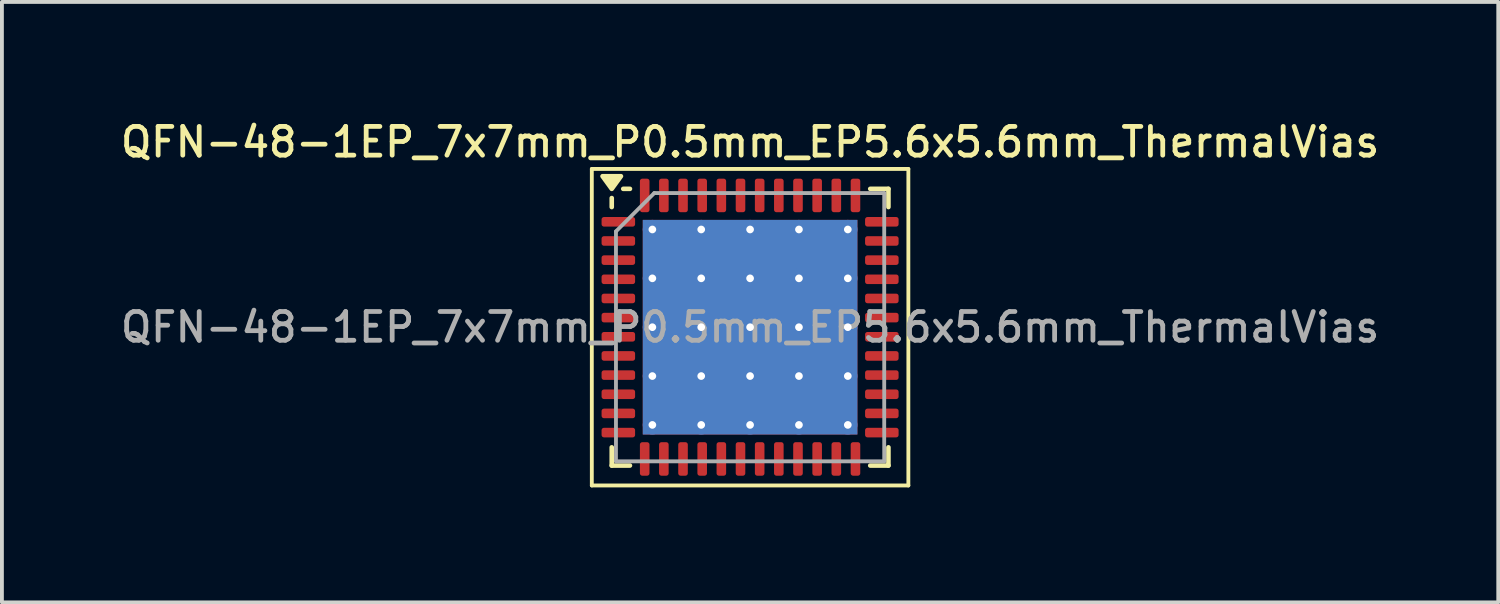
<source format=kicad_pcb>
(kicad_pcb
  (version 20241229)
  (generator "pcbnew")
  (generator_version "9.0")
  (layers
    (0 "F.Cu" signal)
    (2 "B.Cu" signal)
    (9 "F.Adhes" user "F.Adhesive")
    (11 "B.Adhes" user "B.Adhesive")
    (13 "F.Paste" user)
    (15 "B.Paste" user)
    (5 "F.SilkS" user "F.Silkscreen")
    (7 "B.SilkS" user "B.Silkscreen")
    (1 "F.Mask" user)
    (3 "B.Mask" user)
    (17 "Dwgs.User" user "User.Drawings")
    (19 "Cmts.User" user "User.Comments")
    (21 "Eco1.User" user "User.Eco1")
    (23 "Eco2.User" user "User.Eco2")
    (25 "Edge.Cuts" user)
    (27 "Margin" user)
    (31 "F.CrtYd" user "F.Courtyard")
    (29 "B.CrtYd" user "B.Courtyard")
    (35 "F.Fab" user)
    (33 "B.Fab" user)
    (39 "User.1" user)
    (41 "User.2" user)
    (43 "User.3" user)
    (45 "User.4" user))
  (footprint "QFN-48-1EP_7x7mm_P0.5mm_EP5.6x5.6mm_ThermalVias"
    (layer "F.Cu")
    (at 16.523 5.488)
    (property "Reference" "QFN-48-1EP_7x7mm_P0.5mm_EP5.6x5.6mm_ThermalVias" (at 0 -4.83 0) (layer "F.SilkS") (effects (font (size 0.75 0.75) (thickness 0.125))))
    (attr smd)
    (fp_line (start -4.13 -4.13) (end -4.13 4.13) (stroke (width 0.1) (type solid)) (layer "F.SilkS"))
    (fp_line (start -4.13 4.13) (end 4.13 4.13) (stroke (width 0.1) (type solid)) (layer "F.SilkS"))
    (fp_line (start -3.61 -3.135) (end -3.61 -3.37) (stroke (width 0.12) (type solid)) (layer "F.SilkS"))
    (fp_line (start -3.61 3.61) (end -3.61 3.135) (stroke (width 0.12) (type solid)) (layer "F.SilkS"))
    (fp_line (start -3.135 -3.61) (end -3.31 -3.61) (stroke (width 0.12) (type solid)) (layer "F.SilkS"))
    (fp_line (start -3.135 3.61) (end -3.61 3.61) (stroke (width 0.12) (type solid)) (layer "F.SilkS"))
    (fp_line (start 3.135 -3.61) (end 3.61 -3.61) (stroke (width 0.12) (type solid)) (layer "F.SilkS"))
    (fp_line (start 3.135 3.61) (end 3.61 3.61) (stroke (width 0.12) (type solid)) (layer "F.SilkS"))
    (fp_line (start 3.61 -3.61) (end 3.61 -3.135) (stroke (width 0.12) (type solid)) (layer "F.SilkS"))
    (fp_line (start 3.61 3.61) (end 3.61 3.135) (stroke (width 0.12) (type solid)) (layer "F.SilkS"))
    (fp_line (start 4.13 -4.13) (end -4.13 -4.13) (stroke (width 0.1) (type solid)) (layer "F.SilkS"))
    (fp_line (start 4.13 4.13) (end 4.13 -4.13) (stroke (width 0.1) (type solid)) (layer "F.SilkS"))
    (fp_poly (pts (xy -3.61 -3.61) (xy -3.85 -3.94) (xy -3.37 -3.94) (xy -3.61 -3.61)) (stroke (width 0.12) (type solid)) (fill yes) (layer "F.SilkS"))
    (fp_line (start -3.5 -2.5) (end -2.5 -3.5) (stroke (width 0.1) (type solid)) (layer "F.Fab"))
    (fp_line (start -3.5 3.5) (end -3.5 -2.5) (stroke (width 0.1) (type solid)) (layer "F.Fab"))
    (fp_line (start -2.5 -3.5) (end 3.5 -3.5) (stroke (width 0.1) (type solid)) (layer "F.Fab"))
    (fp_line (start 3.5 -3.5) (end 3.5 3.5) (stroke (width 0.1) (type solid)) (layer "F.Fab"))
    (fp_line (start 3.5 3.5) (end -3.5 3.5) (stroke (width 0.1) (type solid)) (layer "F.Fab"))
    (fp_text user "${REFERENCE}" (at 0 0 0) (layer "F.Fab") (effects (font (size 0.75 0.75) (thickness 0.125))))
    (pad "" smd roundrect (at -1.913 -1.913) (size 1.084 1.084) (layers "F.Paste") (roundrect_rratio 0.231))
    (pad "" smd roundrect (at -1.913 -0.637) (size 1.084 1.084) (layers "F.Paste") (roundrect_rratio 0.231))
    (pad "" smd roundrect (at -1.913 0.637) (size 1.084 1.084) (layers "F.Paste") (roundrect_rratio 0.231))
    (pad "" smd roundrect (at -1.913 1.913) (size 1.084 1.084) (layers "F.Paste") (roundrect_rratio 0.231))
    (pad "" smd roundrect (at -0.637 -1.913) (size 1.084 1.084) (layers "F.Paste") (roundrect_rratio 0.231))
    (pad "" smd roundrect (at -0.637 -0.637) (size 1.084 1.084) (layers "F.Paste") (roundrect_rratio 0.231))
    (pad "" smd roundrect (at -0.637 0.637) (size 1.084 1.084) (layers "F.Paste") (roundrect_rratio 0.231))
    (pad "" smd roundrect (at -0.637 1.913) (size 1.084 1.084) (layers "F.Paste") (roundrect_rratio 0.231))
    (pad "" smd roundrect (at 0.637 -1.913) (size 1.084 1.084) (layers "F.Paste") (roundrect_rratio 0.231))
    (pad "" smd roundrect (at 0.637 -0.637) (size 1.084 1.084) (layers "F.Paste") (roundrect_rratio 0.231))
    (pad "" smd roundrect (at 0.637 0.637) (size 1.084 1.084) (layers "F.Paste") (roundrect_rratio 0.231))
    (pad "" smd roundrect (at 0.637 1.913) (size 1.084 1.084) (layers "F.Paste") (roundrect_rratio 0.231))
    (pad "" smd roundrect (at 1.913 -1.913) (size 1.084 1.084) (layers "F.Paste") (roundrect_rratio 0.231))
    (pad "" smd roundrect (at 1.913 -0.637) (size 1.084 1.084) (layers "F.Paste") (roundrect_rratio 0.231))
    (pad "" smd roundrect (at 1.913 0.637) (size 1.084 1.084) (layers "F.Paste") (roundrect_rratio 0.231))
    (pad "" smd roundrect (at 1.913 1.913) (size 1.084 1.084) (layers "F.Paste") (roundrect_rratio 0.231))
    (pad "1" smd roundrect (at -3.438 -2.75) (size 0.875 0.25) (layers "F.Cu" "F.Mask" "F.Paste") (roundrect_rratio 0.25))
    (pad "2" smd roundrect (at -3.438 -2.25) (size 0.875 0.25) (layers "F.Cu" "F.Mask" "F.Paste") (roundrect_rratio 0.25))
    (pad "3" smd roundrect (at -3.438 -1.75) (size 0.875 0.25) (layers "F.Cu" "F.Mask" "F.Paste") (roundrect_rratio 0.25))
    (pad "4" smd roundrect (at -3.438 -1.25) (size 0.875 0.25) (layers "F.Cu" "F.Mask" "F.Paste") (roundrect_rratio 0.25))
    (pad "5" smd roundrect (at -3.438 -0.75) (size 0.875 0.25) (layers "F.Cu" "F.Mask" "F.Paste") (roundrect_rratio 0.25))
    (pad "6" smd roundrect (at -3.438 -0.25) (size 0.875 0.25) (layers "F.Cu" "F.Mask" "F.Paste") (roundrect_rratio 0.25))
    (pad "7" smd roundrect (at -3.438 0.25) (size 0.875 0.25) (layers "F.Cu" "F.Mask" "F.Paste") (roundrect_rratio 0.25))
    (pad "8" smd roundrect (at -3.438 0.75) (size 0.875 0.25) (layers "F.Cu" "F.Mask" "F.Paste") (roundrect_rratio 0.25))
    (pad "9" smd roundrect (at -3.438 1.25) (size 0.875 0.25) (layers "F.Cu" "F.Mask" "F.Paste") (roundrect_rratio 0.25))
    (pad "10" smd roundrect (at -3.438 1.75) (size 0.875 0.25) (layers "F.Cu" "F.Mask" "F.Paste") (roundrect_rratio 0.25))
    (pad "11" smd roundrect (at -3.438 2.25) (size 0.875 0.25) (layers "F.Cu" "F.Mask" "F.Paste") (roundrect_rratio 0.25))
    (pad "12" smd roundrect (at -3.438 2.75) (size 0.875 0.25) (layers "F.Cu" "F.Mask" "F.Paste") (roundrect_rratio 0.25))
    (pad "13" smd roundrect (at -2.75 3.438) (size 0.25 0.875) (layers "F.Cu" "F.Mask" "F.Paste") (roundrect_rratio 0.25))
    (pad "14" smd roundrect (at -2.25 3.438) (size 0.25 0.875) (layers "F.Cu" "F.Mask" "F.Paste") (roundrect_rratio 0.25))
    (pad "15" smd roundrect (at -1.75 3.438) (size 0.25 0.875) (layers "F.Cu" "F.Mask" "F.Paste") (roundrect_rratio 0.25))
    (pad "16" smd roundrect (at -1.25 3.438) (size 0.25 0.875) (layers "F.Cu" "F.Mask" "F.Paste") (roundrect_rratio 0.25))
    (pad "17" smd roundrect (at -0.75 3.438) (size 0.25 0.875) (layers "F.Cu" "F.Mask" "F.Paste") (roundrect_rratio 0.25))
    (pad "18" smd roundrect (at -0.25 3.438) (size 0.25 0.875) (layers "F.Cu" "F.Mask" "F.Paste") (roundrect_rratio 0.25))
    (pad "19" smd roundrect (at 0.25 3.438) (size 0.25 0.875) (layers "F.Cu" "F.Mask" "F.Paste") (roundrect_rratio 0.25))
    (pad "20" smd roundrect (at 0.75 3.438) (size 0.25 0.875) (layers "F.Cu" "F.Mask" "F.Paste") (roundrect_rratio 0.25))
    (pad "21" smd roundrect (at 1.25 3.438) (size 0.25 0.875) (layers "F.Cu" "F.Mask" "F.Paste") (roundrect_rratio 0.25))
    (pad "22" smd roundrect (at 1.75 3.438) (size 0.25 0.875) (layers "F.Cu" "F.Mask" "F.Paste") (roundrect_rratio 0.25))
    (pad "23" smd roundrect (at 2.25 3.438) (size 0.25 0.875) (layers "F.Cu" "F.Mask" "F.Paste") (roundrect_rratio 0.25))
    (pad "24" smd roundrect (at 2.75 3.438) (size 0.25 0.875) (layers "F.Cu" "F.Mask" "F.Paste") (roundrect_rratio 0.25))
    (pad "25" smd roundrect (at 3.438 2.75) (size 0.875 0.25) (layers "F.Cu" "F.Mask" "F.Paste") (roundrect_rratio 0.25))
    (pad "26" smd roundrect (at 3.438 2.25) (size 0.875 0.25) (layers "F.Cu" "F.Mask" "F.Paste") (roundrect_rratio 0.25))
    (pad "27" smd roundrect (at 3.438 1.75) (size 0.875 0.25) (layers "F.Cu" "F.Mask" "F.Paste") (roundrect_rratio 0.25))
    (pad "28" smd roundrect (at 3.438 1.25) (size 0.875 0.25) (layers "F.Cu" "F.Mask" "F.Paste") (roundrect_rratio 0.25))
    (pad "29" smd roundrect (at 3.438 0.75) (size 0.875 0.25) (layers "F.Cu" "F.Mask" "F.Paste") (roundrect_rratio 0.25))
    (pad "30" smd roundrect (at 3.438 0.25) (size 0.875 0.25) (layers "F.Cu" "F.Mask" "F.Paste") (roundrect_rratio 0.25))
    (pad "31" smd roundrect (at 3.438 -0.25) (size 0.875 0.25) (layers "F.Cu" "F.Mask" "F.Paste") (roundrect_rratio 0.25))
    (pad "32" smd roundrect (at 3.438 -0.75) (size 0.875 0.25) (layers "F.Cu" "F.Mask" "F.Paste") (roundrect_rratio 0.25))
    (pad "33" smd roundrect (at 3.438 -1.25) (size 0.875 0.25) (layers "F.Cu" "F.Mask" "F.Paste") (roundrect_rratio 0.25))
    (pad "34" smd roundrect (at 3.438 -1.75) (size 0.875 0.25) (layers "F.Cu" "F.Mask" "F.Paste") (roundrect_rratio 0.25))
    (pad "35" smd roundrect (at 3.438 -2.25) (size 0.875 0.25) (layers "F.Cu" "F.Mask" "F.Paste") (roundrect_rratio 0.25))
    (pad "36" smd roundrect (at 3.438 -2.75) (size 0.875 0.25) (layers "F.Cu" "F.Mask" "F.Paste") (roundrect_rratio 0.25))
    (pad "37" smd roundrect (at 2.75 -3.438) (size 0.25 0.875) (layers "F.Cu" "F.Mask" "F.Paste") (roundrect_rratio 0.25))
    (pad "38" smd roundrect (at 2.25 -3.438) (size 0.25 0.875) (layers "F.Cu" "F.Mask" "F.Paste") (roundrect_rratio 0.25))
    (pad "39" smd roundrect (at 1.75 -3.438) (size 0.25 0.875) (layers "F.Cu" "F.Mask" "F.Paste") (roundrect_rratio 0.25))
    (pad "40" smd roundrect (at 1.25 -3.438) (size 0.25 0.875) (layers "F.Cu" "F.Mask" "F.Paste") (roundrect_rratio 0.25))
    (pad "41" smd roundrect (at 0.75 -3.438) (size 0.25 0.875) (layers "F.Cu" "F.Mask" "F.Paste") (roundrect_rratio 0.25))
    (pad "42" smd roundrect (at 0.25 -3.438) (size 0.25 0.875) (layers "F.Cu" "F.Mask" "F.Paste") (roundrect_rratio 0.25))
    (pad "43" smd roundrect (at -0.25 -3.438) (size 0.25 0.875) (layers "F.Cu" "F.Mask" "F.Paste") (roundrect_rratio 0.25))
    (pad "44" smd roundrect (at -0.75 -3.438) (size 0.25 0.875) (layers "F.Cu" "F.Mask" "F.Paste") (roundrect_rratio 0.25))
    (pad "45" smd roundrect (at -1.25 -3.438) (size 0.25 0.875) (layers "F.Cu" "F.Mask" "F.Paste") (roundrect_rratio 0.25))
    (pad "46" smd roundrect (at -1.75 -3.438) (size 0.25 0.875) (layers "F.Cu" "F.Mask" "F.Paste") (roundrect_rratio 0.25))
    (pad "47" smd roundrect (at -2.25 -3.438) (size 0.25 0.875) (layers "F.Cu" "F.Mask" "F.Paste") (roundrect_rratio 0.25))
    (pad "48" smd roundrect (at -2.75 -3.438) (size 0.25 0.875) (layers "F.Cu" "F.Mask" "F.Paste") (roundrect_rratio 0.25))
    (pad "49" thru_hole circle (at -2.55 -2.55) (size 0.5 0.5) (drill 0.2) (property pad_prop_heatsink) (layers "*.Cu"))
    (pad "49" thru_hole circle (at -2.55 -1.275) (size 0.5 0.5) (drill 0.2) (property pad_prop_heatsink) (layers "*.Cu"))
    (pad "49" thru_hole circle (at -2.55 0) (size 0.5 0.5) (drill 0.2) (property pad_prop_heatsink) (layers "*.Cu"))
    (pad "49" thru_hole circle (at -2.55 1.275) (size 0.5 0.5) (drill 0.2) (property pad_prop_heatsink) (layers "*.Cu"))
    (pad "49" thru_hole circle (at -2.55 2.55) (size 0.5 0.5) (drill 0.2) (property pad_prop_heatsink) (layers "*.Cu"))
    (pad "49" thru_hole circle (at -1.275 -2.55) (size 0.5 0.5) (drill 0.2) (property pad_prop_heatsink) (layers "*.Cu"))
    (pad "49" thru_hole circle (at -1.275 -1.275) (size 0.5 0.5) (drill 0.2) (property pad_prop_heatsink) (layers "*.Cu"))
    (pad "49" thru_hole circle (at -1.275 0) (size 0.5 0.5) (drill 0.2) (property pad_prop_heatsink) (layers "*.Cu"))
    (pad "49" thru_hole circle (at -1.275 1.275) (size 0.5 0.5) (drill 0.2) (property pad_prop_heatsink) (layers "*.Cu"))
    (pad "49" thru_hole circle (at -1.275 2.55) (size 0.5 0.5) (drill 0.2) (property pad_prop_heatsink) (layers "*.Cu"))
    (pad "49" thru_hole circle (at 0 -2.55) (size 0.5 0.5) (drill 0.2) (property pad_prop_heatsink) (layers "*.Cu"))
    (pad "49" thru_hole circle (at 0 -1.275) (size 0.5 0.5) (drill 0.2) (property pad_prop_heatsink) (layers "*.Cu"))
    (pad "49" thru_hole circle (at 0 0) (size 0.5 0.5) (drill 0.2) (property pad_prop_heatsink) (layers "*.Cu"))
    (pad "49" smd rect (at 0 0) (size 5.6 5.6) (property pad_prop_heatsink) (layers "F.Cu" "F.Mask"))
    (pad "49" smd rect (at 0 0) (size 5.6 5.6) (property pad_prop_heatsink) (layers "B.Cu"))
    (pad "49" thru_hole circle (at 0 1.275) (size 0.5 0.5) (drill 0.2) (property pad_prop_heatsink) (layers "*.Cu"))
    (pad "49" thru_hole circle (at 0 2.55) (size 0.5 0.5) (drill 0.2) (property pad_prop_heatsink) (layers "*.Cu"))
    (pad "49" thru_hole circle (at 1.275 -2.55) (size 0.5 0.5) (drill 0.2) (property pad_prop_heatsink) (layers "*.Cu"))
    (pad "49" thru_hole circle (at 1.275 -1.275) (size 0.5 0.5) (drill 0.2) (property pad_prop_heatsink) (layers "*.Cu"))
    (pad "49" thru_hole circle (at 1.275 0) (size 0.5 0.5) (drill 0.2) (property pad_prop_heatsink) (layers "*.Cu"))
    (pad "49" thru_hole circle (at 1.275 1.275) (size 0.5 0.5) (drill 0.2) (property pad_prop_heatsink) (layers "*.Cu"))
    (pad "49" thru_hole circle (at 1.275 2.55) (size 0.5 0.5) (drill 0.2) (property pad_prop_heatsink) (layers "*.Cu"))
    (pad "49" thru_hole circle (at 2.55 -2.55) (size 0.5 0.5) (drill 0.2) (property pad_prop_heatsink) (layers "*.Cu"))
    (pad "49" thru_hole circle (at 2.55 -1.275) (size 0.5 0.5) (drill 0.2) (property pad_prop_heatsink) (layers "*.Cu"))
    (pad "49" thru_hole circle (at 2.55 0) (size 0.5 0.5) (drill 0.2) (property pad_prop_heatsink) (layers "*.Cu"))
    (pad "49" thru_hole circle (at 2.55 1.275) (size 0.5 0.5) (drill 0.2) (property pad_prop_heatsink) (layers "*.Cu"))
    (pad "49" thru_hole circle (at 2.55 2.55) (size 0.5 0.5) (drill 0.2) (property pad_prop_heatsink) (layers "*.Cu")))
  (gr_rect
    (start -3 -3)
    (end 36.046 12.668)
    (stroke (width 0.1) (type default))
    (fill no)
    (layer "Edge.Cuts")))
</source>
